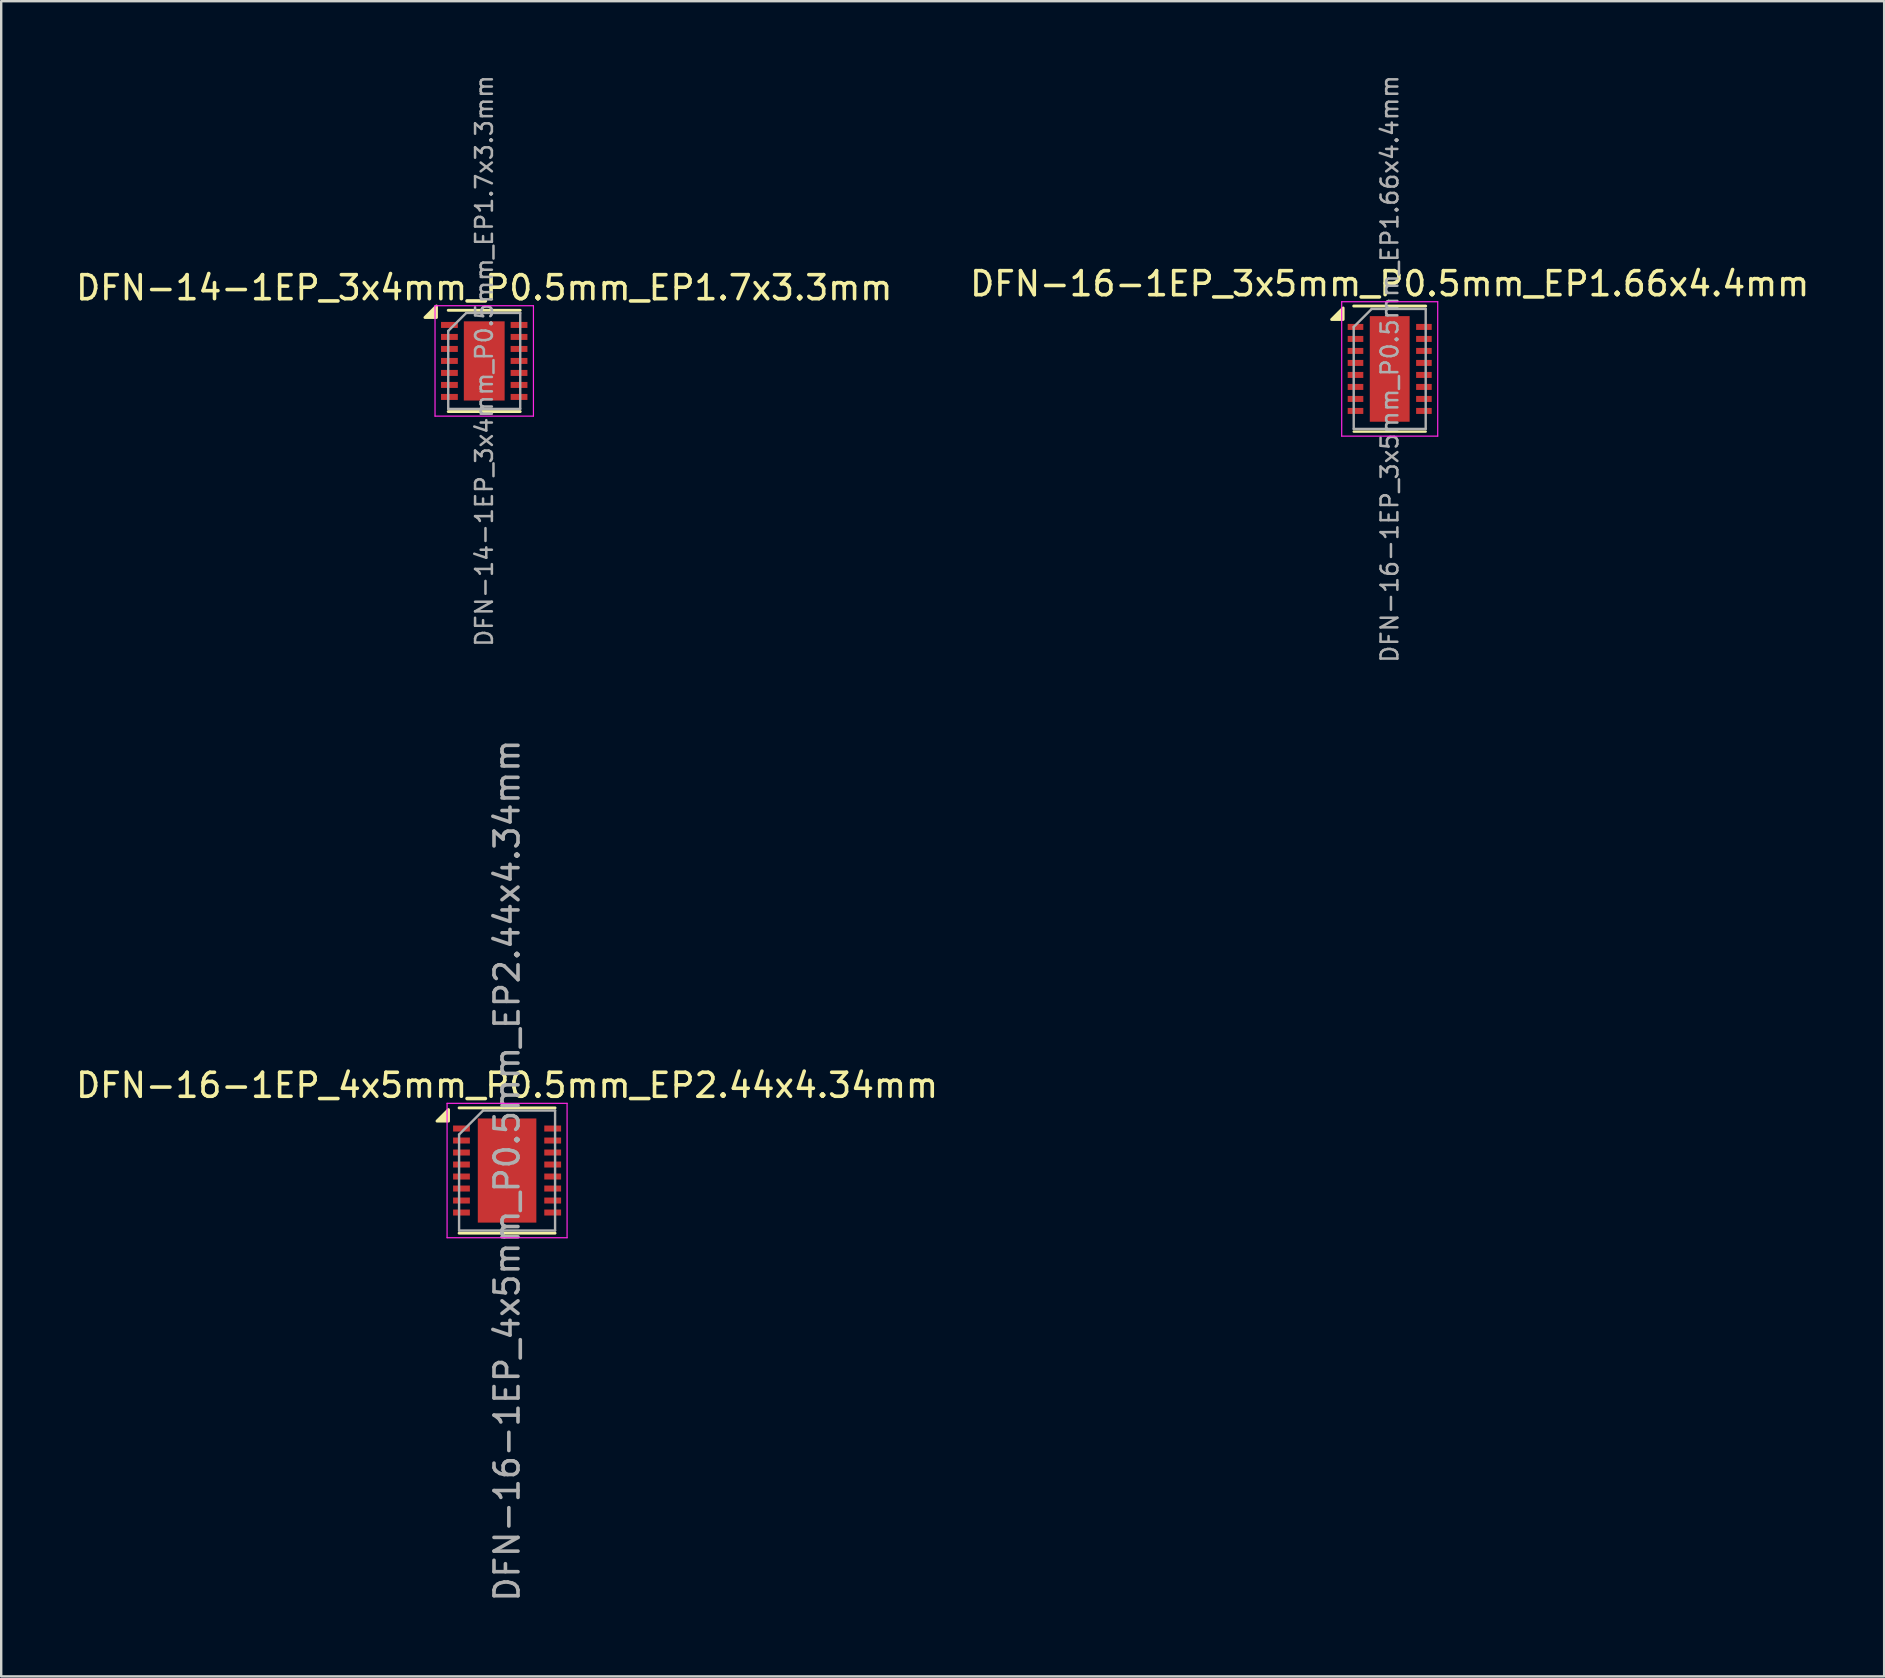
<source format=kicad_pcb>
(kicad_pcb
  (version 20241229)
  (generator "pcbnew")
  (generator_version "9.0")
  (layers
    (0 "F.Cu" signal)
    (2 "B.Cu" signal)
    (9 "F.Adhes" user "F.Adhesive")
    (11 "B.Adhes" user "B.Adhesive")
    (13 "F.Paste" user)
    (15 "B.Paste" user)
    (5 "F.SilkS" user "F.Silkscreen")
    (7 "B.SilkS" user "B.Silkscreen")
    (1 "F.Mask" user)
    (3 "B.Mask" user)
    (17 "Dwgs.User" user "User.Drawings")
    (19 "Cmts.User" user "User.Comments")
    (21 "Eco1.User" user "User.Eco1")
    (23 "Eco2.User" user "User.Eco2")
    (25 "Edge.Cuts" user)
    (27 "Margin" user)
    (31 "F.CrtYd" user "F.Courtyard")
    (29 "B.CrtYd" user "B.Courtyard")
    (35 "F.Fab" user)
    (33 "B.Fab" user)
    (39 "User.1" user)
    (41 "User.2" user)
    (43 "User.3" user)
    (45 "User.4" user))
  (footprint "DFN-14-1EP_3x4mm_P0.5mm_EP1.7x3.3mm"
    (layer "F.Cu")
    (at 17.125 11.988)
    (property "Reference" "DFN-14-1EP_3x4mm_P0.5mm_EP1.7x3.3mm" (at 0 -3.05 0) (layer "F.SilkS") (effects (font (size 1 1) (thickness 0.15))))
    (attr smd)
    (fp_line (start -1.5 -2.11) (end 1.5 -2.11) (stroke (width 0.12) (type solid)) (layer "F.SilkS"))
    (fp_line (start -1.5 2.11) (end 1.5 2.11) (stroke (width 0.12) (type solid)) (layer "F.SilkS"))
    (fp_poly (pts (xy -1.99 -1.81) (xy -2.47 -1.81) (xy -1.99 -2.29) (xy -1.99 -1.81)) (stroke (width 0.12) (type solid)) (fill yes) (layer "F.SilkS"))
    (fp_line (start -2.05 -2.3) (end -2.05 2.3) (stroke (width 0.05) (type solid)) (layer "F.CrtYd"))
    (fp_line (start -2.05 -2.3) (end 2.05 -2.3) (stroke (width 0.05) (type solid)) (layer "F.CrtYd"))
    (fp_line (start -2.05 2.3) (end 2.05 2.3) (stroke (width 0.05) (type solid)) (layer "F.CrtYd"))
    (fp_line (start 2.05 -2.3) (end 2.05 2.3) (stroke (width 0.05) (type solid)) (layer "F.CrtYd"))
    (fp_line (start -1.5 -1.25) (end -0.75 -2) (stroke (width 0.1) (type solid)) (layer "F.Fab"))
    (fp_line (start -1.5 2) (end -1.5 -1.25) (stroke (width 0.1) (type solid)) (layer "F.Fab"))
    (fp_line (start -0.75 -2) (end 1.5 -2) (stroke (width 0.1) (type solid)) (layer "F.Fab"))
    (fp_line (start 1.5 -2) (end 1.5 2) (stroke (width 0.1) (type solid)) (layer "F.Fab"))
    (fp_line (start 1.5 2) (end -1.5 2) (stroke (width 0.1) (type solid)) (layer "F.Fab"))
    (fp_text user "${REFERENCE}" (at 0 0 90) (layer "F.Fab") (effects (font (size 0.7 0.7) (thickness 0.105))))
    (pad "" smd rect (at -0.425 -1.238) (size 0.685 0.67) (layers "F.Paste"))
    (pad "" smd rect (at -0.425 -0.412) (size 0.685 0.67) (layers "F.Paste"))
    (pad "" smd rect (at -0.425 0.412) (size 0.685 0.67) (layers "F.Paste"))
    (pad "" smd rect (at -0.425 1.238) (size 0.685 0.67) (layers "F.Paste"))
    (pad "" smd rect (at 0.425 -1.238) (size 0.685 0.67) (layers "F.Paste"))
    (pad "" smd rect (at 0.425 -0.412) (size 0.685 0.67) (layers "F.Paste"))
    (pad "" smd rect (at 0.425 0.412) (size 0.685 0.67) (layers "F.Paste"))
    (pad "" smd rect (at 0.425 1.238) (size 0.685 0.67) (layers "F.Paste"))
    (pad "1" smd rect (at -1.45 -1.5) (size 0.7 0.25) (layers "F.Cu" "F.Mask" "F.Paste"))
    (pad "2" smd rect (at -1.45 -1) (size 0.7 0.25) (layers "F.Cu" "F.Mask" "F.Paste"))
    (pad "3" smd rect (at -1.45 -0.5) (size 0.7 0.25) (layers "F.Cu" "F.Mask" "F.Paste"))
    (pad "4" smd rect (at -1.45 0) (size 0.7 0.25) (layers "F.Cu" "F.Mask" "F.Paste"))
    (pad "5" smd rect (at -1.45 0.5) (size 0.7 0.25) (layers "F.Cu" "F.Mask" "F.Paste"))
    (pad "6" smd rect (at -1.45 1) (size 0.7 0.25) (layers "F.Cu" "F.Mask" "F.Paste"))
    (pad "7" smd rect (at -1.45 1.5) (size 0.7 0.25) (layers "F.Cu" "F.Mask" "F.Paste"))
    (pad "8" smd rect (at 1.45 1.5) (size 0.7 0.25) (layers "F.Cu" "F.Mask" "F.Paste"))
    (pad "9" smd rect (at 1.45 1) (size 0.7 0.25) (layers "F.Cu" "F.Mask" "F.Paste"))
    (pad "10" smd rect (at 1.45 0.5) (size 0.7 0.25) (layers "F.Cu" "F.Mask" "F.Paste"))
    (pad "11" smd rect (at 1.45 0) (size 0.7 0.25) (layers "F.Cu" "F.Mask" "F.Paste"))
    (pad "12" smd rect (at 1.45 -0.5) (size 0.7 0.25) (layers "F.Cu" "F.Mask" "F.Paste"))
    (pad "13" smd rect (at 1.45 -1) (size 0.7 0.25) (layers "F.Cu" "F.Mask" "F.Paste"))
    (pad "14" smd rect (at 1.45 -1.5) (size 0.7 0.25) (layers "F.Cu" "F.Mask" "F.Paste"))
    (pad "15" smd rect (at 0 0) (size 1.7 3.3) (layers "F.Cu" "F.Mask")))
  (footprint "DFN-16-1EP_3x5mm_P0.5mm_EP1.66x4.4mm"
    (layer "F.Cu")
    (at 54.851 12.321)
    (property "Reference" "DFN-16-1EP_3x5mm_P0.5mm_EP1.66x4.4mm" (at 0 -3.55 0) (layer "F.SilkS") (effects (font (size 1 1) (thickness 0.15))))
    (attr smd)
    (fp_line (start -1.5 -2.62) (end 1.5 -2.62) (stroke (width 0.12) (type solid)) (layer "F.SilkS"))
    (fp_line (start -1.5 2.61) (end 1.5 2.61) (stroke (width 0.1) (type solid)) (layer "F.SilkS"))
    (fp_poly (pts (xy -1.94 -2.06) (xy -2.42 -2.06) (xy -1.94 -2.54) (xy -1.94 -2.06)) (stroke (width 0.12) (type solid)) (fill yes) (layer "F.SilkS"))
    (fp_line (start -2 -2.8) (end -2 2.8) (stroke (width 0.05) (type solid)) (layer "F.CrtYd"))
    (fp_line (start -2 -2.8) (end 2 -2.8) (stroke (width 0.05) (type solid)) (layer "F.CrtYd"))
    (fp_line (start -2 2.8) (end 2 2.8) (stroke (width 0.05) (type solid)) (layer "F.CrtYd"))
    (fp_line (start 2 -2.8) (end 2 2.8) (stroke (width 0.05) (type solid)) (layer "F.CrtYd"))
    (fp_line (start -1.5 -1.75) (end -0.75 -2.5) (stroke (width 0.1) (type solid)) (layer "F.Fab"))
    (fp_line (start -1.5 2.5) (end -1.5 -1.75) (stroke (width 0.1) (type solid)) (layer "F.Fab"))
    (fp_line (start -0.75 -2.5) (end 1.5 -2.5) (stroke (width 0.1) (type solid)) (layer "F.Fab"))
    (fp_line (start 1.5 -2.5) (end 1.5 2.5) (stroke (width 0.1) (type solid)) (layer "F.Fab"))
    (fp_line (start 1.5 2.5) (end -1.5 2.5) (stroke (width 0.1) (type solid)) (layer "F.Fab"))
    (fp_text user "${REFERENCE}" (at 0 0 90) (layer "F.Fab") (effects (font (size 0.7 0.7) (thickness 0.105))))
    (pad "" smd rect (at -0.415 -1.76) (size 0.67 0.71) (layers "F.Paste"))
    (pad "" smd rect (at -0.415 -0.88) (size 0.67 0.71) (layers "F.Paste"))
    (pad "" smd rect (at -0.415 0) (size 0.67 0.71) (layers "F.Paste"))
    (pad "" smd rect (at -0.415 0.88) (size 0.67 0.71) (layers "F.Paste"))
    (pad "" smd rect (at -0.415 1.76) (size 0.67 0.71) (layers "F.Paste"))
    (pad "" smd rect (at 0.415 -1.76) (size 0.67 0.71) (layers "F.Paste"))
    (pad "" smd rect (at 0.415 -0.88) (size 0.67 0.71) (layers "F.Paste"))
    (pad "" smd rect (at 0.415 0) (size 0.67 0.71) (layers "F.Paste"))
    (pad "" smd rect (at 0.415 0.88) (size 0.67 0.71) (layers "F.Paste"))
    (pad "" smd rect (at 0.415 1.76) (size 0.67 0.71) (layers "F.Paste"))
    (pad "1" smd rect (at -1.425 -1.75) (size 0.65 0.25) (layers "F.Cu" "F.Mask" "F.Paste"))
    (pad "2" smd rect (at -1.425 -1.25) (size 0.65 0.25) (layers "F.Cu" "F.Mask" "F.Paste"))
    (pad "3" smd rect (at -1.425 -0.75) (size 0.65 0.25) (layers "F.Cu" "F.Mask" "F.Paste"))
    (pad "4" smd rect (at -1.425 -0.25) (size 0.65 0.25) (layers "F.Cu" "F.Mask" "F.Paste"))
    (pad "5" smd rect (at -1.425 0.25) (size 0.65 0.25) (layers "F.Cu" "F.Mask" "F.Paste"))
    (pad "6" smd rect (at -1.425 0.75) (size 0.65 0.25) (layers "F.Cu" "F.Mask" "F.Paste"))
    (pad "7" smd rect (at -1.425 1.25) (size 0.65 0.25) (layers "F.Cu" "F.Mask" "F.Paste"))
    (pad "8" smd rect (at -1.425 1.75) (size 0.65 0.25) (layers "F.Cu" "F.Mask" "F.Paste"))
    (pad "9" smd rect (at 1.425 1.75) (size 0.65 0.25) (layers "F.Cu" "F.Mask" "F.Paste"))
    (pad "10" smd rect (at 1.425 1.25) (size 0.65 0.25) (layers "F.Cu" "F.Mask" "F.Paste"))
    (pad "11" smd rect (at 1.425 0.75) (size 0.65 0.25) (layers "F.Cu" "F.Mask" "F.Paste"))
    (pad "12" smd rect (at 1.425 0.25) (size 0.65 0.25) (layers "F.Cu" "F.Mask" "F.Paste"))
    (pad "13" smd rect (at 1.425 -0.25) (size 0.65 0.25) (layers "F.Cu" "F.Mask" "F.Paste"))
    (pad "14" smd rect (at 1.425 -0.75) (size 0.65 0.25) (layers "F.Cu" "F.Mask" "F.Paste"))
    (pad "15" smd rect (at 1.425 -1.25) (size 0.65 0.25) (layers "F.Cu" "F.Mask" "F.Paste"))
    (pad "16" smd rect (at 1.425 -1.75) (size 0.65 0.25) (layers "F.Cu" "F.Mask" "F.Paste"))
    (pad "17" smd rect (at 0 0) (size 1.66 4.4) (layers "F.Cu" "F.Mask")))
  (footprint "DFN-16-1EP_4x5mm_P0.5mm_EP2.44x4.34mm"
    (layer "F.Cu")
    (at 18.077 45.719)
    (property "Reference" "DFN-16-1EP_4x5mm_P0.5mm_EP2.44x4.34mm" (at 0 -3.55 0) (layer "F.SilkS") (effects (font (size 1 1) (thickness 0.15))))
    (attr smd)
    (fp_line (start -2 -2.61) (end 2 -2.61) (stroke (width 0.12) (type solid)) (layer "F.SilkS"))
    (fp_line (start -2 2.61) (end 2 2.61) (stroke (width 0.12) (type solid)) (layer "F.SilkS"))
    (fp_poly (pts (xy -2.44 -2.06) (xy -2.92 -2.06) (xy -2.44 -2.54) (xy -2.44 -2.06)) (stroke (width 0.12) (type solid)) (fill yes) (layer "F.SilkS"))
    (fp_line (start -2.5 -2.8) (end -2.5 2.8) (stroke (width 0.05) (type solid)) (layer "F.CrtYd"))
    (fp_line (start -2.5 -2.8) (end 2.5 -2.8) (stroke (width 0.05) (type solid)) (layer "F.CrtYd"))
    (fp_line (start -2.5 2.8) (end 2.5 2.8) (stroke (width 0.05) (type solid)) (layer "F.CrtYd"))
    (fp_line (start 2.5 -2.8) (end 2.5 2.8) (stroke (width 0.05) (type solid)) (layer "F.CrtYd"))
    (fp_line (start -2 -1.5) (end -1 -2.5) (stroke (width 0.1) (type solid)) (layer "F.Fab"))
    (fp_line (start -2 2.5) (end -2 -1.5) (stroke (width 0.1) (type solid)) (layer "F.Fab"))
    (fp_line (start -1 -2.5) (end 2 -2.5) (stroke (width 0.1) (type solid)) (layer "F.Fab"))
    (fp_line (start 2 -2.5) (end 2 2.5) (stroke (width 0.1) (type solid)) (layer "F.Fab"))
    (fp_line (start 2 2.5) (end -2 2.5) (stroke (width 0.1) (type solid)) (layer "F.Fab"))
    (fp_text user "${REFERENCE}" (at 0 0 90) (layer "F.Fab") (effects (font (size 1 1) (thickness 0.15))))
    (pad "" smd rect (at -0.61 -1.627) (size 1 0.86) (layers "F.Paste"))
    (pad "" smd rect (at -0.61 -0.542) (size 1 0.86) (layers "F.Paste"))
    (pad "" smd rect (at -0.61 0.542) (size 1 0.86) (layers "F.Paste"))
    (pad "" smd rect (at -0.61 1.627) (size 1 0.86) (layers "F.Paste"))
    (pad "" smd rect (at 0.61 -1.627) (size 1 0.86) (layers "F.Paste"))
    (pad "" smd rect (at 0.61 -0.542) (size 1 0.86) (layers "F.Paste"))
    (pad "" smd rect (at 0.61 0.542) (size 1 0.86) (layers "F.Paste"))
    (pad "" smd rect (at 0.61 1.627) (size 1 0.86) (layers "F.Paste"))
    (pad "1" smd rect (at -1.9 -1.75) (size 0.7 0.25) (layers "F.Cu" "F.Mask" "F.Paste"))
    (pad "2" smd rect (at -1.9 -1.25) (size 0.7 0.25) (layers "F.Cu" "F.Mask" "F.Paste"))
    (pad "3" smd rect (at -1.9 -0.75) (size 0.7 0.25) (layers "F.Cu" "F.Mask" "F.Paste"))
    (pad "4" smd rect (at -1.9 -0.25) (size 0.7 0.25) (layers "F.Cu" "F.Mask" "F.Paste"))
    (pad "5" smd rect (at -1.9 0.25) (size 0.7 0.25) (layers "F.Cu" "F.Mask" "F.Paste"))
    (pad "6" smd rect (at -1.9 0.75) (size 0.7 0.25) (layers "F.Cu" "F.Mask" "F.Paste"))
    (pad "7" smd rect (at -1.9 1.25) (size 0.7 0.25) (layers "F.Cu" "F.Mask" "F.Paste"))
    (pad "8" smd rect (at -1.9 1.75) (size 0.7 0.25) (layers "F.Cu" "F.Mask" "F.Paste"))
    (pad "9" smd rect (at 1.9 1.75) (size 0.7 0.25) (layers "F.Cu" "F.Mask" "F.Paste"))
    (pad "10" smd rect (at 1.9 1.25) (size 0.7 0.25) (layers "F.Cu" "F.Mask" "F.Paste"))
    (pad "11" smd rect (at 1.9 0.75) (size 0.7 0.25) (layers "F.Cu" "F.Mask" "F.Paste"))
    (pad "12" smd rect (at 1.9 0.25) (size 0.7 0.25) (layers "F.Cu" "F.Mask" "F.Paste"))
    (pad "13" smd rect (at 1.9 -0.25) (size 0.7 0.25) (layers "F.Cu" "F.Mask" "F.Paste"))
    (pad "14" smd rect (at 1.9 -0.75) (size 0.7 0.25) (layers "F.Cu" "F.Mask" "F.Paste"))
    (pad "15" smd rect (at 1.9 -1.25) (size 0.7 0.25) (layers "F.Cu" "F.Mask" "F.Paste"))
    (pad "16" smd rect (at 1.9 -1.75) (size 0.7 0.25) (layers "F.Cu" "F.Mask" "F.Paste"))
    (pad "17" smd rect (at 0 0) (size 2.44 4.34) (layers "F.Cu" "F.Mask")))
  (gr_rect
    (start -3 -3)
    (end 75.452 66.796)
    (stroke (width 0.1) (type default))
    (fill no)
    (layer "Edge.Cuts")))
</source>
